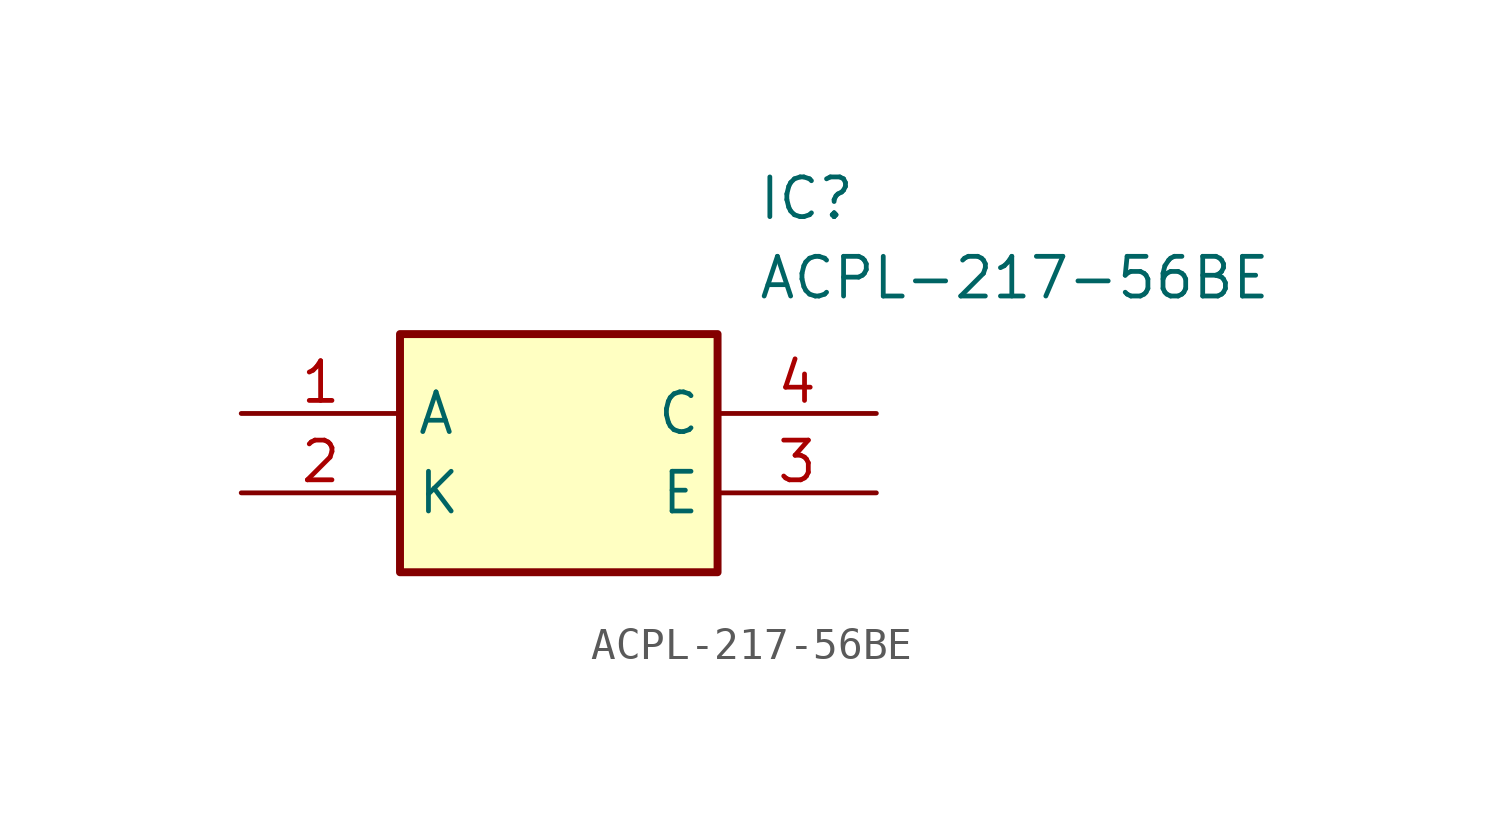
<source format=kicad_sym>
(kicad_symbol_lib
  (version 20220914)
  (generator kicad_symbol_editor)
  (symbol "ACPL-217-56BE"
    (property "Reference" "IC"
      (at 16.51 7.62 0)
      (effects (font (size 1.27 1.27)) (justify left top)))
    (property "Value" "ACPL-217-56BE"
      (at 16.51 5.08 0)
      (effects (font (size 1.27 1.27)) (justify left top)))
    (symbol "ACPL-217-56BE_1_1"
      (rectangle (start 5.08 2.54) (end 15.24 -5.08) (stroke (width 0.254) (type default)) (fill (type background)))
      (pin input line (at 0 0 0) (length 5.08) (name "A" (effects (font (size 1.27 1.27)))) (number "1" (effects (font (size 1.27 1.27)))))
      (pin output line (at 0 -2.54 0) (length 5.08) (name "K" (effects (font (size 1.27 1.27)))) (number "2" (effects (font (size 1.27 1.27)))))
      (pin output line (at 20.32 -2.54 180) (length 5.08) (name "E" (effects (font (size 1.27 1.27)))) (number "3" (effects (font (size 1.27 1.27)))))
      (pin input line (at 20.32 0 180) (length 5.08) (name "C" (effects (font (size 1.27 1.27)))) (number "4" (effects (font (size 1.27 1.27))))))))
</source>
